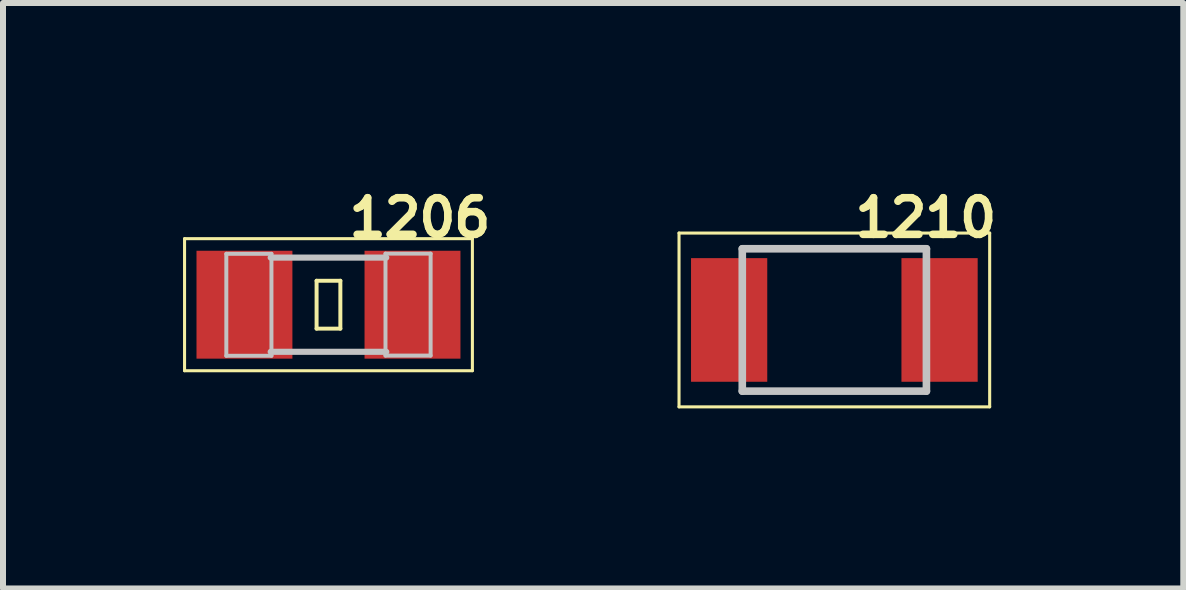
<source format=kicad_pcb>
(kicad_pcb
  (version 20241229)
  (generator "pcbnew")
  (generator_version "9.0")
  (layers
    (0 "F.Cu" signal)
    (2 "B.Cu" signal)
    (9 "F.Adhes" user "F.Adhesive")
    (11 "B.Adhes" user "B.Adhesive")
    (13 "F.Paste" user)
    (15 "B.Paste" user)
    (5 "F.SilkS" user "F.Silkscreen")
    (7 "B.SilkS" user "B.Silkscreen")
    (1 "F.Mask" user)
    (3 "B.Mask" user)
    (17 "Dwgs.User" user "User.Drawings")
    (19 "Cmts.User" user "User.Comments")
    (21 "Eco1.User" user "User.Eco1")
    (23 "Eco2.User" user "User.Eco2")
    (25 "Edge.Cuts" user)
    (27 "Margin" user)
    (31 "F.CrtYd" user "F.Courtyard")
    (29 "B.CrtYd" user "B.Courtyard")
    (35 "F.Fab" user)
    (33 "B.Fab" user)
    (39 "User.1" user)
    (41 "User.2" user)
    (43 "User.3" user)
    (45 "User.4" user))
  (footprint "1206"
    (layer "F.Cu")
    (at 2.423 2.027)
    (property "Reference" "1206" (at 1.524 -1.448 0) (layer "F.SilkS") (effects (font (size 0.61 0.61) (thickness 0.127))))
    (attr smd)
    (fp_line (start -2.398 -1.1) (end 2.398 -1.1) (stroke (width 0.051) (type solid)) (layer "F.SilkS"))
    (fp_line (start -2.398 1.1) (end -2.398 -1.1) (stroke (width 0.051) (type solid)) (layer "F.SilkS"))
    (fp_line (start -0.198 -0.399) (end 0.198 -0.399) (stroke (width 0.066) (type solid)) (layer "F.SilkS"))
    (fp_line (start -0.198 0.399) (end -0.198 -0.399) (stroke (width 0.066) (type solid)) (layer "F.SilkS"))
    (fp_line (start -0.198 0.399) (end 0.198 0.399) (stroke (width 0.066) (type solid)) (layer "F.SilkS"))
    (fp_line (start 0.198 0.399) (end 0.198 -0.399) (stroke (width 0.066) (type solid)) (layer "F.SilkS"))
    (fp_line (start 2.398 -1.1) (end 2.398 1.1) (stroke (width 0.051) (type solid)) (layer "F.SilkS"))
    (fp_line (start 2.398 1.1) (end -2.398 1.1) (stroke (width 0.051) (type solid)) (layer "F.SilkS"))
    (fp_line (start -1.702 -0.848) (end -0.95 -0.848) (stroke (width 0.066) (type solid)) (layer "Dwgs.User"))
    (fp_line (start -1.702 0.851) (end -1.702 -0.848) (stroke (width 0.066) (type solid)) (layer "Dwgs.User"))
    (fp_line (start -1.702 0.851) (end -0.95 0.851) (stroke (width 0.066) (type solid)) (layer "Dwgs.User"))
    (fp_line (start -0.963 -0.785) (end 0.963 -0.785) (stroke (width 0.102) (type solid)) (layer "Dwgs.User"))
    (fp_line (start -0.963 0.785) (end 0.963 0.785) (stroke (width 0.102) (type solid)) (layer "Dwgs.User"))
    (fp_line (start -0.95 0.851) (end -0.95 -0.848) (stroke (width 0.066) (type solid)) (layer "Dwgs.User"))
    (fp_line (start 0.95 -0.851) (end 1.702 -0.851) (stroke (width 0.066) (type solid)) (layer "Dwgs.User"))
    (fp_line (start 0.95 0.848) (end 0.95 -0.851) (stroke (width 0.066) (type solid)) (layer "Dwgs.User"))
    (fp_line (start 0.95 0.848) (end 1.702 0.848) (stroke (width 0.066) (type solid)) (layer "Dwgs.User"))
    (fp_line (start 1.702 0.848) (end 1.702 -0.851) (stroke (width 0.066) (type solid)) (layer "Dwgs.User"))
    (pad "1" smd rect (at -1.4 0) (size 1.598 1.798) (layers "F.Cu" "F.Mask" "F.Paste"))
    (pad "2" smd rect (at 1.4 0) (size 1.598 1.798) (layers "F.Cu" "F.Mask" "F.Paste")))
  (footprint "1210"
    (layer "F.Cu")
    (at 10.852 2.281)
    (property "Reference" "1210" (at 1.524 -1.702 0) (layer "F.SilkS") (effects (font (size 0.61 0.61) (thickness 0.127))))
    (attr smd)
    (fp_line (start -2.588 -1.448) (end 2.588 -1.448) (stroke (width 0.051) (type solid)) (layer "F.SilkS"))
    (fp_line (start -2.588 1.448) (end -2.588 -1.448) (stroke (width 0.051) (type solid)) (layer "F.SilkS"))
    (fp_line (start 2.588 -1.448) (end 2.588 1.448) (stroke (width 0.051) (type solid)) (layer "F.SilkS"))
    (fp_line (start 2.588 1.448) (end -2.588 1.448) (stroke (width 0.051) (type solid)) (layer "F.SilkS"))
    (fp_line (start -1.534 -1.186) (end 1.534 -1.186) (stroke (width 0.127) (type solid)) (layer "Dwgs.User"))
    (fp_line (start -1.534 1.186) (end -1.534 -1.186) (stroke (width 0.127) (type solid)) (layer "Dwgs.User"))
    (fp_line (start 1.534 -1.186) (end 1.534 1.186) (stroke (width 0.127) (type solid)) (layer "Dwgs.User"))
    (fp_line (start 1.534 1.186) (end -1.534 1.186) (stroke (width 0.127) (type solid)) (layer "Dwgs.User"))
    (pad "1" smd rect (at -1.753 0) (size 1.27 2.06) (layers "F.Cu" "F.Mask" "F.Paste"))
    (pad "2" smd rect (at 1.753 0) (size 1.27 2.06) (layers "F.Cu" "F.Mask" "F.Paste")))
  (gr_rect
    (start -3 -3)
    (end 16.666 6.755)
    (stroke (width 0.1) (type default))
    (fill no)
    (layer "Edge.Cuts")))
</source>
